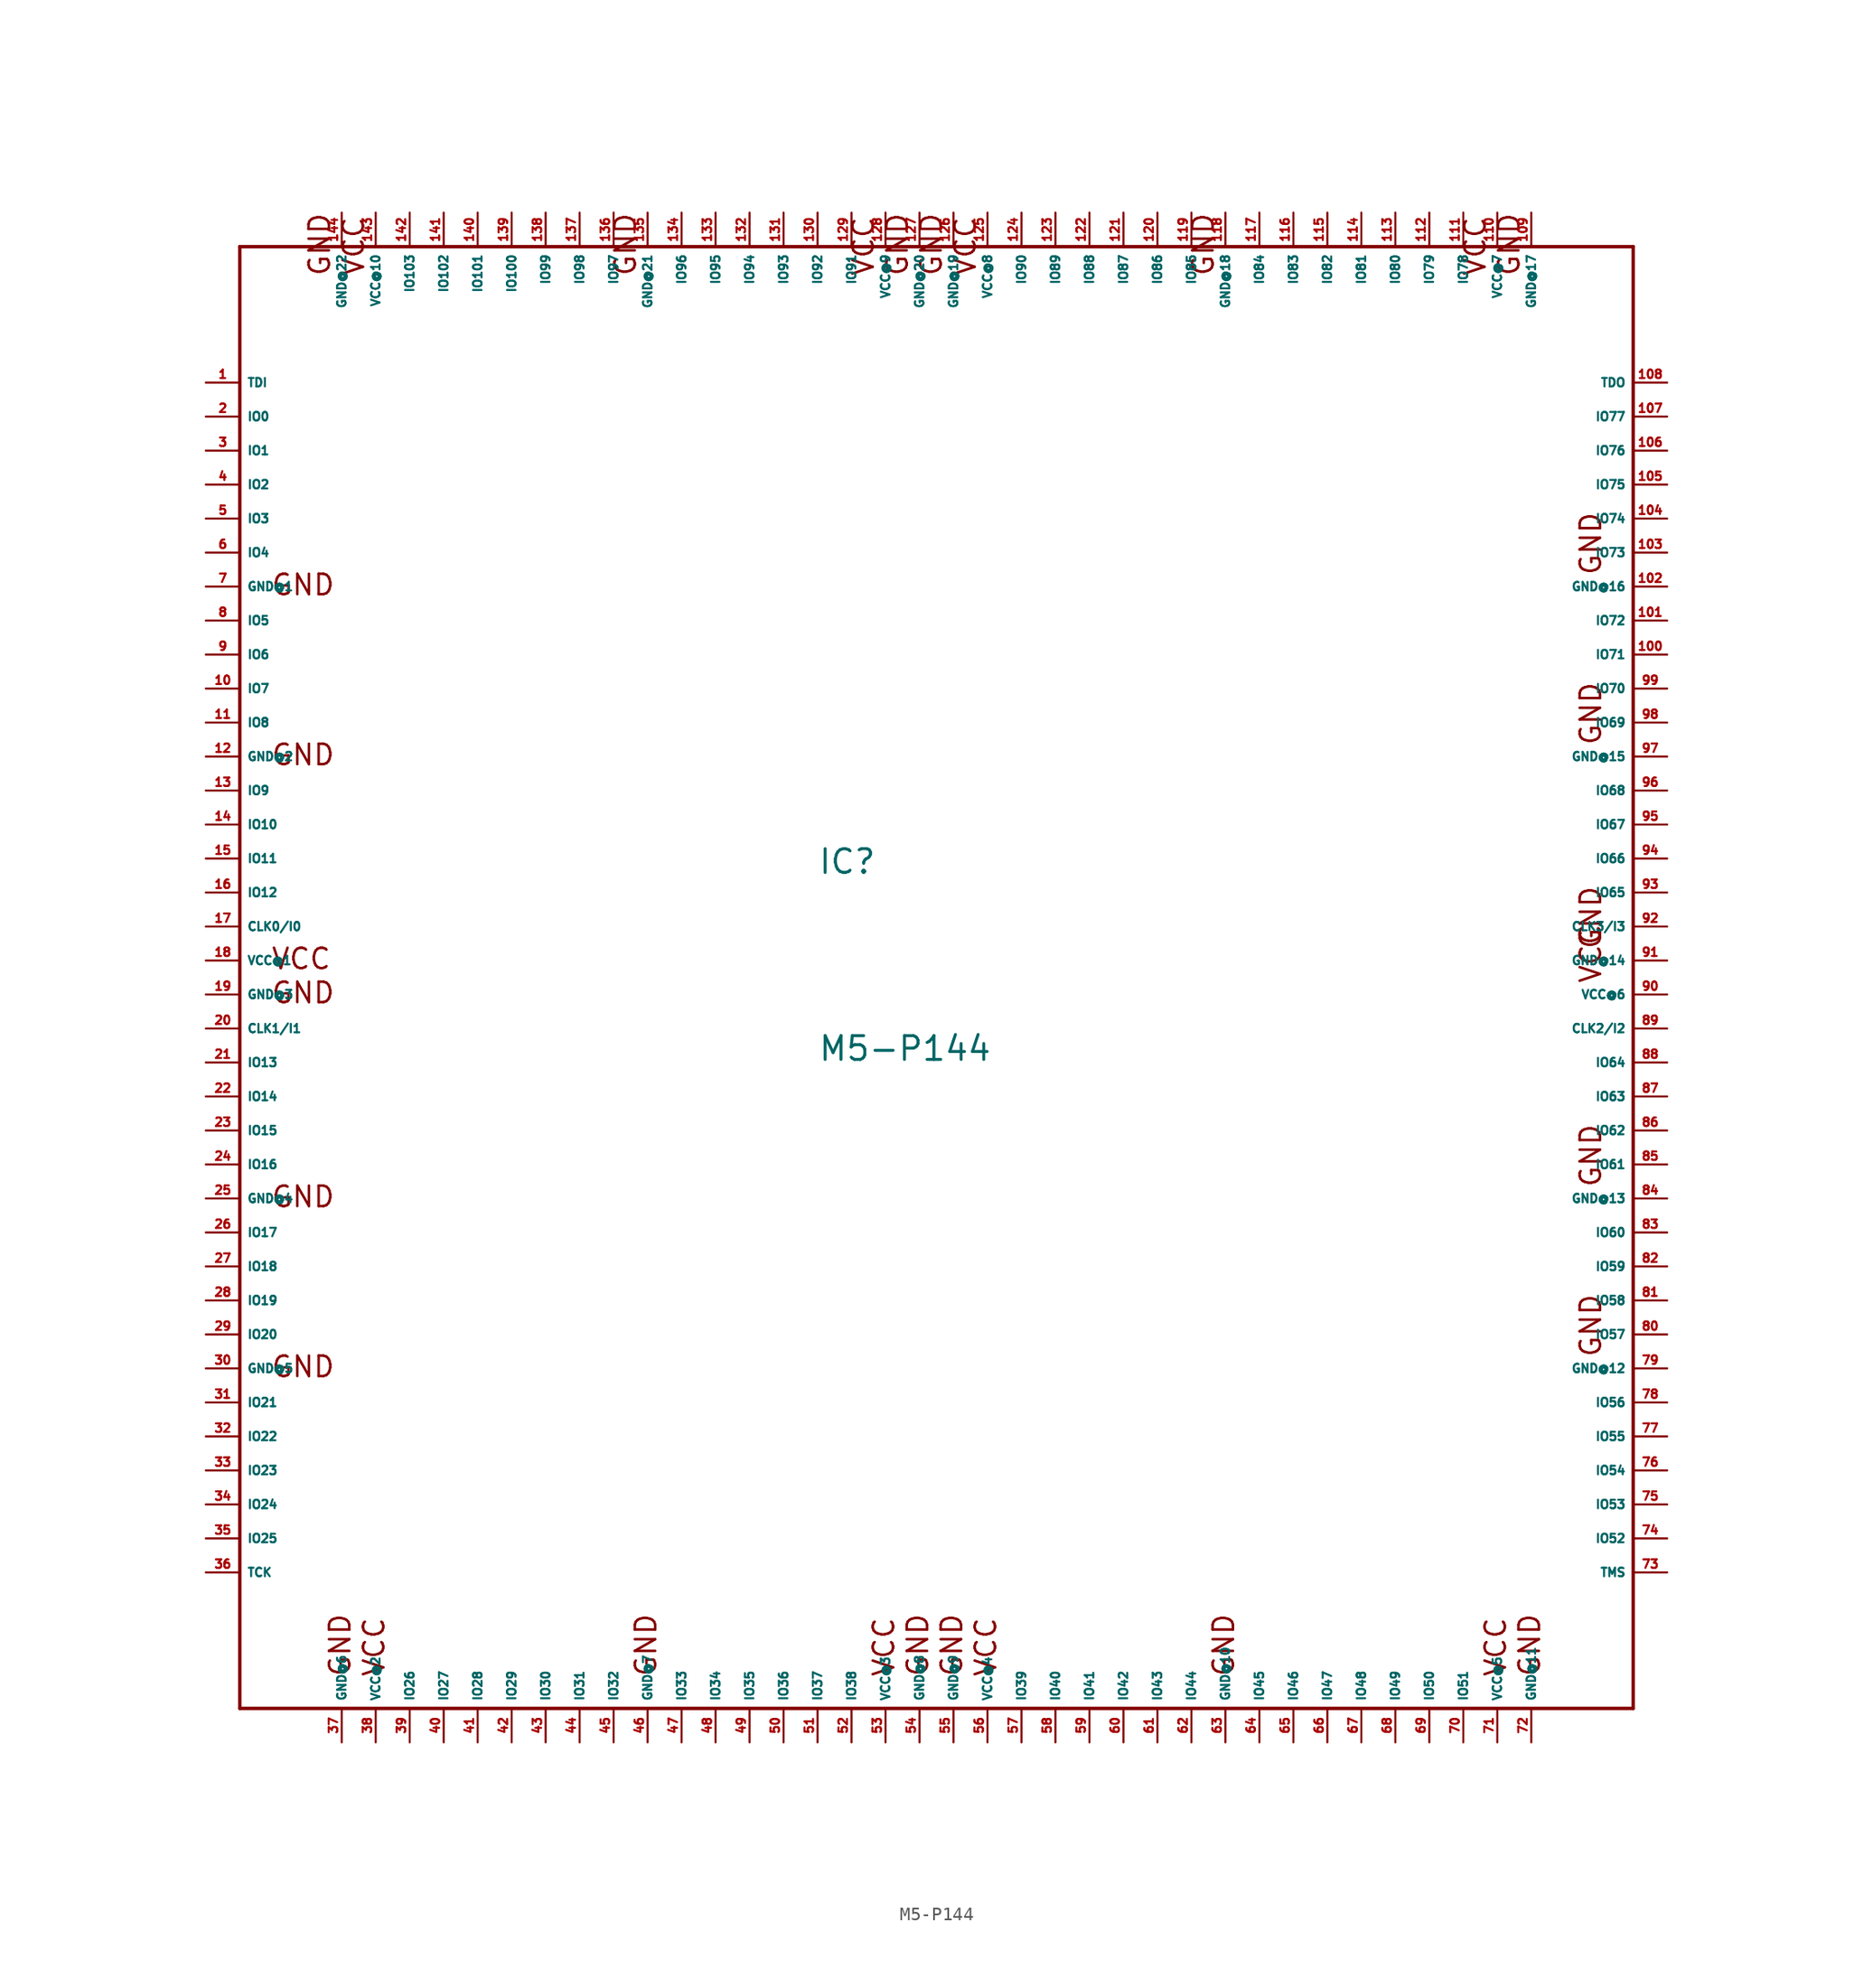
<source format=kicad_sym>
(kicad_symbol_lib
  (version 20220914)
  (generator Eagle2Kicad)
  (symbol "M5-P144"
    (property "Reference" "IC"
      (at -7.62 6.35 0)
      (effects (font (size 1.778 1.778) (thickness 0.22)) (justify left bottom)))
    (property "Value" "M5-P144"
      (at -7.62 -7.62 0)
      (effects (font (size 1.778 1.778) (thickness 0.22)) (justify left bottom)))
    (polyline
      (pts (xy -50.8 53.34) (xy -50.8 -55.88))
      (stroke (width 0.254) (type default))
      (fill (type none)))
    (polyline
      (pts (xy -50.8 -55.88) (xy 53.34 -55.88))
      (stroke (width 0.254) (type default))
      (fill (type none)))
    (polyline
      (pts (xy 53.34 -55.88) (xy 53.34 53.34))
      (stroke (width 0.254) (type default))
      (fill (type none)))
    (polyline
      (pts (xy 53.34 53.34) (xy -50.8 53.34))
      (stroke (width 0.254) (type default))
      (fill (type none)))
    (text "VCC"
      (at -48.514 -0.762 0)
      (effects (font (size 1.524 1.524) (thickness 0.19)) (justify left bottom)))
    (text "GND"
      (at -48.514 27.178 0)
      (effects (font (size 1.524 1.524) (thickness 0.19)) (justify left bottom)))
    (text "GND"
      (at -48.514 14.478 0)
      (effects (font (size 1.524 1.524) (thickness 0.19)) (justify left bottom)))
    (text "GND"
      (at -48.514 -3.302 0)
      (effects (font (size 1.524 1.524) (thickness 0.19)) (justify left bottom)))
    (text "GND"
      (at -48.514 -18.542 0)
      (effects (font (size 1.524 1.524) (thickness 0.19)) (justify left bottom)))
    (text "GND"
      (at -48.514 -31.242 0)
      (effects (font (size 1.524 1.524) (thickness 0.19)) (justify left bottom)))
    (text "GND"
      (at -42.418 -53.594 900)
      (effects (font (size 1.524 1.524) (thickness 0.19)) (justify left bottom)))
    (text "GND"
      (at -19.558 -53.594 900)
      (effects (font (size 1.524 1.524) (thickness 0.19)) (justify left bottom)))
    (text "GND"
      (at 0.762 -53.594 900)
      (effects (font (size 1.524 1.524) (thickness 0.19)) (justify left bottom)))
    (text "GND"
      (at 3.302 -53.594 900)
      (effects (font (size 1.524 1.524) (thickness 0.19)) (justify left bottom)))
    (text "GND"
      (at 23.622 -53.594 900)
      (effects (font (size 1.524 1.524) (thickness 0.19)) (justify left bottom)))
    (text "GND"
      (at 46.482 -53.594 900)
      (effects (font (size 1.524 1.524) (thickness 0.19)) (justify left bottom)))
    (text "GND"
      (at 51.054 -29.718 1800)
      (effects (font (size 1.524 1.524) (thickness 0.19)) (justify left bottom)))
    (text "GND"
      (at 51.054 -17.018 1800)
      (effects (font (size 1.524 1.524) (thickness 0.19)) (justify left bottom)))
    (text "GND"
      (at 51.054 0.762 1800)
      (effects (font (size 1.524 1.524) (thickness 0.19)) (justify left bottom)))
    (text "GND"
      (at 51.054 16.002 1800)
      (effects (font (size 1.524 1.524) (thickness 0.19)) (justify left bottom)))
    (text "GND"
      (at 51.054 28.702 1800)
      (effects (font (size 1.524 1.524) (thickness 0.19)) (justify left bottom)))
    (text "GND"
      (at 44.958 51.054 2700)
      (effects (font (size 1.524 1.524) (thickness 0.19)) (justify left bottom)))
    (text "GND"
      (at 22.098 51.054 2700)
      (effects (font (size 1.524 1.524) (thickness 0.19)) (justify left bottom)))
    (text "GND"
      (at 1.778 51.054 2700)
      (effects (font (size 1.524 1.524) (thickness 0.19)) (justify left bottom)))
    (text "GND"
      (at -0.762 51.054 2700)
      (effects (font (size 1.524 1.524) (thickness 0.19)) (justify left bottom)))
    (text "VCC"
      (at -39.878 -53.594 900)
      (effects (font (size 1.524 1.524) (thickness 0.19)) (justify left bottom)))
    (text "GND"
      (at -21.082 51.054 2700)
      (effects (font (size 1.524 1.524) (thickness 0.19)) (justify left bottom)))
    (text "VCC"
      (at -1.778 -53.594 900)
      (effects (font (size 1.524 1.524) (thickness 0.19)) (justify left bottom)))
    (text "VCC"
      (at 5.842 -53.594 900)
      (effects (font (size 1.524 1.524) (thickness 0.19)) (justify left bottom)))
    (text "VCC"
      (at 43.942 -53.594 900)
      (effects (font (size 1.524 1.524) (thickness 0.19)) (justify left bottom)))
    (text "VCC"
      (at 51.054 -1.778 1800)
      (effects (font (size 1.524 1.524) (thickness 0.19)) (justify left bottom)))
    (text "VCC"
      (at 42.418 51.054 2700)
      (effects (font (size 1.524 1.524) (thickness 0.19)) (justify left bottom)))
    (text "VCC"
      (at 4.318 51.054 2700)
      (effects (font (size 1.524 1.524) (thickness 0.19)) (justify left bottom)))
    (text "VCC"
      (at -3.302 51.054 2700)
      (effects (font (size 1.524 1.524) (thickness 0.19)) (justify left bottom)))
    (text "VCC"
      (at -41.402 51.054 2700)
      (effects (font (size 1.524 1.524) (thickness 0.19)) (justify left bottom)))
    (text "GND"
      (at -43.942 51.054 2700)
      (effects (font (size 1.524 1.524) (thickness 0.19)) (justify left bottom)))
    (pin input line
      (at -53.34 2.54 0)
      (length 2.54)
      (name "CLK0/I0" (effects (font (size 0.635 0.635) (thickness 0.08)) (justify left bottom)))
      (number "17" (effects (font (size 0.635 0.635) (thickness 0.08)) (justify left bottom))))
    (pin input line
      (at -53.34 -5.08 0)
      (length 2.54)
      (name "CLK1/I1" (effects (font (size 0.635 0.635) (thickness 0.08)) (justify left bottom)))
      (number "20" (effects (font (size 0.635 0.635) (thickness 0.08)) (justify left bottom))))
    (pin input line
      (at -53.34 43.18 0)
      (length 2.54)
      (name "TDI" (effects (font (size 0.635 0.635) (thickness 0.08)) (justify left bottom)))
      (number "1" (effects (font (size 0.635 0.635) (thickness 0.08)) (justify left bottom))))
    (pin input line
      (at -53.34 -45.72 0)
      (length 2.54)
      (name "TCK" (effects (font (size 0.635 0.635) (thickness 0.08)) (justify left bottom)))
      (number "36" (effects (font (size 0.635 0.635) (thickness 0.08)) (justify left bottom))))
    (pin input line
      (at 55.88 -45.72 180)
      (length 2.54)
      (name "TMS" (effects (font (size 0.635 0.635) (thickness 0.08)) (justify left bottom)))
      (number "73" (effects (font (size 0.635 0.635) (thickness 0.08)) (justify left bottom))))
    (pin output line
      (at 55.88 43.18 180)
      (length 2.54)
      (name "TDO" (effects (font (size 0.635 0.635) (thickness 0.08)) (justify left bottom)))
      (number "108" (effects (font (size 0.635 0.635) (thickness 0.08)) (justify left bottom))))
    (pin bidirectional line
      (at -53.34 40.64 0)
      (length 2.54)
      (name "IO0" (effects (font (size 0.635 0.635) (thickness 0.08)) (justify left bottom)))
      (number "2" (effects (font (size 0.635 0.635) (thickness 0.08)) (justify left bottom))))
    (pin bidirectional line
      (at -53.34 38.1 0)
      (length 2.54)
      (name "IO1" (effects (font (size 0.635 0.635) (thickness 0.08)) (justify left bottom)))
      (number "3" (effects (font (size 0.635 0.635) (thickness 0.08)) (justify left bottom))))
    (pin bidirectional line
      (at -53.34 35.56 0)
      (length 2.54)
      (name "IO2" (effects (font (size 0.635 0.635) (thickness 0.08)) (justify left bottom)))
      (number "4" (effects (font (size 0.635 0.635) (thickness 0.08)) (justify left bottom))))
    (pin bidirectional line
      (at -53.34 33.02 0)
      (length 2.54)
      (name "IO3" (effects (font (size 0.635 0.635) (thickness 0.08)) (justify left bottom)))
      (number "5" (effects (font (size 0.635 0.635) (thickness 0.08)) (justify left bottom))))
    (pin bidirectional line
      (at -53.34 30.48 0)
      (length 2.54)
      (name "IO4" (effects (font (size 0.635 0.635) (thickness 0.08)) (justify left bottom)))
      (number "6" (effects (font (size 0.635 0.635) (thickness 0.08)) (justify left bottom))))
    (pin bidirectional line
      (at -53.34 25.4 0)
      (length 2.54)
      (name "IO5" (effects (font (size 0.635 0.635) (thickness 0.08)) (justify left bottom)))
      (number "8" (effects (font (size 0.635 0.635) (thickness 0.08)) (justify left bottom))))
    (pin bidirectional line
      (at -53.34 22.86 0)
      (length 2.54)
      (name "IO6" (effects (font (size 0.635 0.635) (thickness 0.08)) (justify left bottom)))
      (number "9" (effects (font (size 0.635 0.635) (thickness 0.08)) (justify left bottom))))
    (pin bidirectional line
      (at -53.34 20.32 0)
      (length 2.54)
      (name "IO7" (effects (font (size 0.635 0.635) (thickness 0.08)) (justify left bottom)))
      (number "10" (effects (font (size 0.635 0.635) (thickness 0.08)) (justify left bottom))))
    (pin bidirectional line
      (at -53.34 17.78 0)
      (length 2.54)
      (name "IO8" (effects (font (size 0.635 0.635) (thickness 0.08)) (justify left bottom)))
      (number "11" (effects (font (size 0.635 0.635) (thickness 0.08)) (justify left bottom))))
    (pin bidirectional line
      (at -53.34 12.7 0)
      (length 2.54)
      (name "IO9" (effects (font (size 0.635 0.635) (thickness 0.08)) (justify left bottom)))
      (number "13" (effects (font (size 0.635 0.635) (thickness 0.08)) (justify left bottom))))
    (pin bidirectional line
      (at -53.34 10.16 0)
      (length 2.54)
      (name "IO10" (effects (font (size 0.635 0.635) (thickness 0.08)) (justify left bottom)))
      (number "14" (effects (font (size 0.635 0.635) (thickness 0.08)) (justify left bottom))))
    (pin bidirectional line
      (at -53.34 7.62 0)
      (length 2.54)
      (name "IO11" (effects (font (size 0.635 0.635) (thickness 0.08)) (justify left bottom)))
      (number "15" (effects (font (size 0.635 0.635) (thickness 0.08)) (justify left bottom))))
    (pin bidirectional line
      (at -53.34 5.08 0)
      (length 2.54)
      (name "IO12" (effects (font (size 0.635 0.635) (thickness 0.08)) (justify left bottom)))
      (number "16" (effects (font (size 0.635 0.635) (thickness 0.08)) (justify left bottom))))
    (pin bidirectional line
      (at -53.34 -7.62 0)
      (length 2.54)
      (name "IO13" (effects (font (size 0.635 0.635) (thickness 0.08)) (justify left bottom)))
      (number "21" (effects (font (size 0.635 0.635) (thickness 0.08)) (justify left bottom))))
    (pin bidirectional line
      (at -53.34 -10.16 0)
      (length 2.54)
      (name "IO14" (effects (font (size 0.635 0.635) (thickness 0.08)) (justify left bottom)))
      (number "22" (effects (font (size 0.635 0.635) (thickness 0.08)) (justify left bottom))))
    (pin bidirectional line
      (at -53.34 -12.7 0)
      (length 2.54)
      (name "IO15" (effects (font (size 0.635 0.635) (thickness 0.08)) (justify left bottom)))
      (number "23" (effects (font (size 0.635 0.635) (thickness 0.08)) (justify left bottom))))
    (pin bidirectional line
      (at -53.34 -15.24 0)
      (length 2.54)
      (name "IO16" (effects (font (size 0.635 0.635) (thickness 0.08)) (justify left bottom)))
      (number "24" (effects (font (size 0.635 0.635) (thickness 0.08)) (justify left bottom))))
    (pin bidirectional line
      (at -53.34 -20.32 0)
      (length 2.54)
      (name "IO17" (effects (font (size 0.635 0.635) (thickness 0.08)) (justify left bottom)))
      (number "26" (effects (font (size 0.635 0.635) (thickness 0.08)) (justify left bottom))))
    (pin bidirectional line
      (at -53.34 -22.86 0)
      (length 2.54)
      (name "IO18" (effects (font (size 0.635 0.635) (thickness 0.08)) (justify left bottom)))
      (number "27" (effects (font (size 0.635 0.635) (thickness 0.08)) (justify left bottom))))
    (pin bidirectional line
      (at -53.34 -25.4 0)
      (length 2.54)
      (name "IO19" (effects (font (size 0.635 0.635) (thickness 0.08)) (justify left bottom)))
      (number "28" (effects (font (size 0.635 0.635) (thickness 0.08)) (justify left bottom))))
    (pin bidirectional line
      (at -53.34 -27.94 0)
      (length 2.54)
      (name "IO20" (effects (font (size 0.635 0.635) (thickness 0.08)) (justify left bottom)))
      (number "29" (effects (font (size 0.635 0.635) (thickness 0.08)) (justify left bottom))))
    (pin bidirectional line
      (at -53.34 -33.02 0)
      (length 2.54)
      (name "IO21" (effects (font (size 0.635 0.635) (thickness 0.08)) (justify left bottom)))
      (number "31" (effects (font (size 0.635 0.635) (thickness 0.08)) (justify left bottom))))
    (pin bidirectional line
      (at -53.34 -35.56 0)
      (length 2.54)
      (name "IO22" (effects (font (size 0.635 0.635) (thickness 0.08)) (justify left bottom)))
      (number "32" (effects (font (size 0.635 0.635) (thickness 0.08)) (justify left bottom))))
    (pin bidirectional line
      (at -53.34 -38.1 0)
      (length 2.54)
      (name "IO23" (effects (font (size 0.635 0.635) (thickness 0.08)) (justify left bottom)))
      (number "33" (effects (font (size 0.635 0.635) (thickness 0.08)) (justify left bottom))))
    (pin bidirectional line
      (at -53.34 -40.64 0)
      (length 2.54)
      (name "IO24" (effects (font (size 0.635 0.635) (thickness 0.08)) (justify left bottom)))
      (number "34" (effects (font (size 0.635 0.635) (thickness 0.08)) (justify left bottom))))
    (pin bidirectional line
      (at -53.34 -43.18 0)
      (length 2.54)
      (name "IO25" (effects (font (size 0.635 0.635) (thickness 0.08)) (justify left bottom)))
      (number "35" (effects (font (size 0.635 0.635) (thickness 0.08)) (justify left bottom))))
    (pin bidirectional line
      (at -38.1 -58.42 90)
      (length 2.54)
      (name "IO26" (effects (font (size 0.635 0.635) (thickness 0.08)) (justify left bottom)))
      (number "39" (effects (font (size 0.635 0.635) (thickness 0.08)) (justify left bottom))))
    (pin bidirectional line
      (at -35.56 -58.42 90)
      (length 2.54)
      (name "IO27" (effects (font (size 0.635 0.635) (thickness 0.08)) (justify left bottom)))
      (number "40" (effects (font (size 0.635 0.635) (thickness 0.08)) (justify left bottom))))
    (pin bidirectional line
      (at -33.02 -58.42 90)
      (length 2.54)
      (name "IO28" (effects (font (size 0.635 0.635) (thickness 0.08)) (justify left bottom)))
      (number "41" (effects (font (size 0.635 0.635) (thickness 0.08)) (justify left bottom))))
    (pin bidirectional line
      (at -30.48 -58.42 90)
      (length 2.54)
      (name "IO29" (effects (font (size 0.635 0.635) (thickness 0.08)) (justify left bottom)))
      (number "42" (effects (font (size 0.635 0.635) (thickness 0.08)) (justify left bottom))))
    (pin bidirectional line
      (at -27.94 -58.42 90)
      (length 2.54)
      (name "IO30" (effects (font (size 0.635 0.635) (thickness 0.08)) (justify left bottom)))
      (number "43" (effects (font (size 0.635 0.635) (thickness 0.08)) (justify left bottom))))
    (pin bidirectional line
      (at -25.4 -58.42 90)
      (length 2.54)
      (name "IO31" (effects (font (size 0.635 0.635) (thickness 0.08)) (justify left bottom)))
      (number "44" (effects (font (size 0.635 0.635) (thickness 0.08)) (justify left bottom))))
    (pin bidirectional line
      (at -22.86 -58.42 90)
      (length 2.54)
      (name "IO32" (effects (font (size 0.635 0.635) (thickness 0.08)) (justify left bottom)))
      (number "45" (effects (font (size 0.635 0.635) (thickness 0.08)) (justify left bottom))))
    (pin bidirectional line
      (at -17.78 -58.42 90)
      (length 2.54)
      (name "IO33" (effects (font (size 0.635 0.635) (thickness 0.08)) (justify left bottom)))
      (number "47" (effects (font (size 0.635 0.635) (thickness 0.08)) (justify left bottom))))
    (pin bidirectional line
      (at -15.24 -58.42 90)
      (length 2.54)
      (name "IO34" (effects (font (size 0.635 0.635) (thickness 0.08)) (justify left bottom)))
      (number "48" (effects (font (size 0.635 0.635) (thickness 0.08)) (justify left bottom))))
    (pin bidirectional line
      (at -12.7 -58.42 90)
      (length 2.54)
      (name "IO35" (effects (font (size 0.635 0.635) (thickness 0.08)) (justify left bottom)))
      (number "49" (effects (font (size 0.635 0.635) (thickness 0.08)) (justify left bottom))))
    (pin input line
      (at 55.88 2.54 180)
      (length 2.54)
      (name "CLK3/I3" (effects (font (size 0.635 0.635) (thickness 0.08)) (justify left bottom)))
      (number "92" (effects (font (size 0.635 0.635) (thickness 0.08)) (justify left bottom))))
    (pin input line
      (at 55.88 -5.08 180)
      (length 2.54)
      (name "CLK2/I2" (effects (font (size 0.635 0.635) (thickness 0.08)) (justify left bottom)))
      (number "89" (effects (font (size 0.635 0.635) (thickness 0.08)) (justify left bottom))))
    (pin bidirectional line
      (at -10.16 -58.42 90)
      (length 2.54)
      (name "IO36" (effects (font (size 0.635 0.635) (thickness 0.08)) (justify left bottom)))
      (number "50" (effects (font (size 0.635 0.635) (thickness 0.08)) (justify left bottom))))
    (pin bidirectional line
      (at -7.62 -58.42 90)
      (length 2.54)
      (name "IO37" (effects (font (size 0.635 0.635) (thickness 0.08)) (justify left bottom)))
      (number "51" (effects (font (size 0.635 0.635) (thickness 0.08)) (justify left bottom))))
    (pin bidirectional line
      (at -5.08 -58.42 90)
      (length 2.54)
      (name "IO38" (effects (font (size 0.635 0.635) (thickness 0.08)) (justify left bottom)))
      (number "52" (effects (font (size 0.635 0.635) (thickness 0.08)) (justify left bottom))))
    (pin bidirectional line
      (at 7.62 -58.42 90)
      (length 2.54)
      (name "IO39" (effects (font (size 0.635 0.635) (thickness 0.08)) (justify left bottom)))
      (number "57" (effects (font (size 0.635 0.635) (thickness 0.08)) (justify left bottom))))
    (pin bidirectional line
      (at 10.16 -58.42 90)
      (length 2.54)
      (name "IO40" (effects (font (size 0.635 0.635) (thickness 0.08)) (justify left bottom)))
      (number "58" (effects (font (size 0.635 0.635) (thickness 0.08)) (justify left bottom))))
    (pin bidirectional line
      (at 12.7 -58.42 90)
      (length 2.54)
      (name "IO41" (effects (font (size 0.635 0.635) (thickness 0.08)) (justify left bottom)))
      (number "59" (effects (font (size 0.635 0.635) (thickness 0.08)) (justify left bottom))))
    (pin bidirectional line
      (at 15.24 -58.42 90)
      (length 2.54)
      (name "IO42" (effects (font (size 0.635 0.635) (thickness 0.08)) (justify left bottom)))
      (number "60" (effects (font (size 0.635 0.635) (thickness 0.08)) (justify left bottom))))
    (pin bidirectional line
      (at 17.78 -58.42 90)
      (length 2.54)
      (name "IO43" (effects (font (size 0.635 0.635) (thickness 0.08)) (justify left bottom)))
      (number "61" (effects (font (size 0.635 0.635) (thickness 0.08)) (justify left bottom))))
    (pin bidirectional line
      (at 20.32 -58.42 90)
      (length 2.54)
      (name "IO44" (effects (font (size 0.635 0.635) (thickness 0.08)) (justify left bottom)))
      (number "62" (effects (font (size 0.635 0.635) (thickness 0.08)) (justify left bottom))))
    (pin bidirectional line
      (at 25.4 -58.42 90)
      (length 2.54)
      (name "IO45" (effects (font (size 0.635 0.635) (thickness 0.08)) (justify left bottom)))
      (number "64" (effects (font (size 0.635 0.635) (thickness 0.08)) (justify left bottom))))
    (pin bidirectional line
      (at 27.94 -58.42 90)
      (length 2.54)
      (name "IO46" (effects (font (size 0.635 0.635) (thickness 0.08)) (justify left bottom)))
      (number "65" (effects (font (size 0.635 0.635) (thickness 0.08)) (justify left bottom))))
    (pin bidirectional line
      (at 30.48 -58.42 90)
      (length 2.54)
      (name "IO47" (effects (font (size 0.635 0.635) (thickness 0.08)) (justify left bottom)))
      (number "66" (effects (font (size 0.635 0.635) (thickness 0.08)) (justify left bottom))))
    (pin bidirectional line
      (at 33.02 -58.42 90)
      (length 2.54)
      (name "IO48" (effects (font (size 0.635 0.635) (thickness 0.08)) (justify left bottom)))
      (number "67" (effects (font (size 0.635 0.635) (thickness 0.08)) (justify left bottom))))
    (pin bidirectional line
      (at 35.56 -58.42 90)
      (length 2.54)
      (name "IO49" (effects (font (size 0.635 0.635) (thickness 0.08)) (justify left bottom)))
      (number "68" (effects (font (size 0.635 0.635) (thickness 0.08)) (justify left bottom))))
    (pin bidirectional line
      (at 38.1 -58.42 90)
      (length 2.54)
      (name "IO50" (effects (font (size 0.635 0.635) (thickness 0.08)) (justify left bottom)))
      (number "69" (effects (font (size 0.635 0.635) (thickness 0.08)) (justify left bottom))))
    (pin bidirectional line
      (at 40.64 -58.42 90)
      (length 2.54)
      (name "IO51" (effects (font (size 0.635 0.635) (thickness 0.08)) (justify left bottom)))
      (number "70" (effects (font (size 0.635 0.635) (thickness 0.08)) (justify left bottom))))
    (pin bidirectional line
      (at 55.88 -43.18 180)
      (length 2.54)
      (name "IO52" (effects (font (size 0.635 0.635) (thickness 0.08)) (justify left bottom)))
      (number "74" (effects (font (size 0.635 0.635) (thickness 0.08)) (justify left bottom))))
    (pin bidirectional line
      (at 55.88 -40.64 180)
      (length 2.54)
      (name "IO53" (effects (font (size 0.635 0.635) (thickness 0.08)) (justify left bottom)))
      (number "75" (effects (font (size 0.635 0.635) (thickness 0.08)) (justify left bottom))))
    (pin bidirectional line
      (at 55.88 -38.1 180)
      (length 2.54)
      (name "IO54" (effects (font (size 0.635 0.635) (thickness 0.08)) (justify left bottom)))
      (number "76" (effects (font (size 0.635 0.635) (thickness 0.08)) (justify left bottom))))
    (pin bidirectional line
      (at 55.88 -35.56 180)
      (length 2.54)
      (name "IO55" (effects (font (size 0.635 0.635) (thickness 0.08)) (justify left bottom)))
      (number "77" (effects (font (size 0.635 0.635) (thickness 0.08)) (justify left bottom))))
    (pin bidirectional line
      (at 55.88 -33.02 180)
      (length 2.54)
      (name "IO56" (effects (font (size 0.635 0.635) (thickness 0.08)) (justify left bottom)))
      (number "78" (effects (font (size 0.635 0.635) (thickness 0.08)) (justify left bottom))))
    (pin bidirectional line
      (at 55.88 -27.94 180)
      (length 2.54)
      (name "IO57" (effects (font (size 0.635 0.635) (thickness 0.08)) (justify left bottom)))
      (number "80" (effects (font (size 0.635 0.635) (thickness 0.08)) (justify left bottom))))
    (pin bidirectional line
      (at 55.88 -25.4 180)
      (length 2.54)
      (name "IO58" (effects (font (size 0.635 0.635) (thickness 0.08)) (justify left bottom)))
      (number "81" (effects (font (size 0.635 0.635) (thickness 0.08)) (justify left bottom))))
    (pin bidirectional line
      (at 55.88 -22.86 180)
      (length 2.54)
      (name "IO59" (effects (font (size 0.635 0.635) (thickness 0.08)) (justify left bottom)))
      (number "82" (effects (font (size 0.635 0.635) (thickness 0.08)) (justify left bottom))))
    (pin bidirectional line
      (at 55.88 -20.32 180)
      (length 2.54)
      (name "IO60" (effects (font (size 0.635 0.635) (thickness 0.08)) (justify left bottom)))
      (number "83" (effects (font (size 0.635 0.635) (thickness 0.08)) (justify left bottom))))
    (pin bidirectional line
      (at 55.88 -15.24 180)
      (length 2.54)
      (name "IO61" (effects (font (size 0.635 0.635) (thickness 0.08)) (justify left bottom)))
      (number "85" (effects (font (size 0.635 0.635) (thickness 0.08)) (justify left bottom))))
    (pin bidirectional line
      (at 55.88 -12.7 180)
      (length 2.54)
      (name "IO62" (effects (font (size 0.635 0.635) (thickness 0.08)) (justify left bottom)))
      (number "86" (effects (font (size 0.635 0.635) (thickness 0.08)) (justify left bottom))))
    (pin bidirectional line
      (at 55.88 -10.16 180)
      (length 2.54)
      (name "IO63" (effects (font (size 0.635 0.635) (thickness 0.08)) (justify left bottom)))
      (number "87" (effects (font (size 0.635 0.635) (thickness 0.08)) (justify left bottom))))
    (pin bidirectional line
      (at 55.88 -7.62 180)
      (length 2.54)
      (name "IO64" (effects (font (size 0.635 0.635) (thickness 0.08)) (justify left bottom)))
      (number "88" (effects (font (size 0.635 0.635) (thickness 0.08)) (justify left bottom))))
    (pin bidirectional line
      (at 55.88 5.08 180)
      (length 2.54)
      (name "IO65" (effects (font (size 0.635 0.635) (thickness 0.08)) (justify left bottom)))
      (number "93" (effects (font (size 0.635 0.635) (thickness 0.08)) (justify left bottom))))
    (pin bidirectional line
      (at 55.88 7.62 180)
      (length 2.54)
      (name "IO66" (effects (font (size 0.635 0.635) (thickness 0.08)) (justify left bottom)))
      (number "94" (effects (font (size 0.635 0.635) (thickness 0.08)) (justify left bottom))))
    (pin bidirectional line
      (at 55.88 10.16 180)
      (length 2.54)
      (name "IO67" (effects (font (size 0.635 0.635) (thickness 0.08)) (justify left bottom)))
      (number "95" (effects (font (size 0.635 0.635) (thickness 0.08)) (justify left bottom))))
    (pin bidirectional line
      (at 55.88 12.7 180)
      (length 2.54)
      (name "IO68" (effects (font (size 0.635 0.635) (thickness 0.08)) (justify left bottom)))
      (number "96" (effects (font (size 0.635 0.635) (thickness 0.08)) (justify left bottom))))
    (pin bidirectional line
      (at 55.88 17.78 180)
      (length 2.54)
      (name "IO69" (effects (font (size 0.635 0.635) (thickness 0.08)) (justify left bottom)))
      (number "98" (effects (font (size 0.635 0.635) (thickness 0.08)) (justify left bottom))))
    (pin bidirectional line
      (at 55.88 20.32 180)
      (length 2.54)
      (name "IO70" (effects (font (size 0.635 0.635) (thickness 0.08)) (justify left bottom)))
      (number "99" (effects (font (size 0.635 0.635) (thickness 0.08)) (justify left bottom))))
    (pin bidirectional line
      (at 55.88 22.86 180)
      (length 2.54)
      (name "IO71" (effects (font (size 0.635 0.635) (thickness 0.08)) (justify left bottom)))
      (number "100" (effects (font (size 0.635 0.635) (thickness 0.08)) (justify left bottom))))
    (pin bidirectional line
      (at 55.88 25.4 180)
      (length 2.54)
      (name "IO72" (effects (font (size 0.635 0.635) (thickness 0.08)) (justify left bottom)))
      (number "101" (effects (font (size 0.635 0.635) (thickness 0.08)) (justify left bottom))))
    (pin bidirectional line
      (at 55.88 30.48 180)
      (length 2.54)
      (name "IO73" (effects (font (size 0.635 0.635) (thickness 0.08)) (justify left bottom)))
      (number "103" (effects (font (size 0.635 0.635) (thickness 0.08)) (justify left bottom))))
    (pin unspecified line
      (at -53.34 0 0)
      (length 2.54)
      (name "VCC@1" (effects (font (size 0.635 0.635) (thickness 0.08)) (justify left bottom)))
      (number "18" (effects (font (size 0.635 0.635) (thickness 0.08)) (justify left bottom))))
    (pin unspecified line
      (at -53.34 27.94 0)
      (length 2.54)
      (name "GND@1" (effects (font (size 0.635 0.635) (thickness 0.08)) (justify left bottom)))
      (number "7" (effects (font (size 0.635 0.635) (thickness 0.08)) (justify left bottom))))
    (pin bidirectional line
      (at 55.88 33.02 180)
      (length 2.54)
      (name "IO74" (effects (font (size 0.635 0.635) (thickness 0.08)) (justify left bottom)))
      (number "104" (effects (font (size 0.635 0.635) (thickness 0.08)) (justify left bottom))))
    (pin bidirectional line
      (at 55.88 35.56 180)
      (length 2.54)
      (name "IO75" (effects (font (size 0.635 0.635) (thickness 0.08)) (justify left bottom)))
      (number "105" (effects (font (size 0.635 0.635) (thickness 0.08)) (justify left bottom))))
    (pin bidirectional line
      (at 55.88 38.1 180)
      (length 2.54)
      (name "IO76" (effects (font (size 0.635 0.635) (thickness 0.08)) (justify left bottom)))
      (number "106" (effects (font (size 0.635 0.635) (thickness 0.08)) (justify left bottom))))
    (pin bidirectional line
      (at 55.88 40.64 180)
      (length 2.54)
      (name "IO77" (effects (font (size 0.635 0.635) (thickness 0.08)) (justify left bottom)))
      (number "107" (effects (font (size 0.635 0.635) (thickness 0.08)) (justify left bottom))))
    (pin bidirectional line
      (at 40.64 55.88 270)
      (length 2.54)
      (name "IO78" (effects (font (size 0.635 0.635) (thickness 0.08)) (justify left bottom)))
      (number "111" (effects (font (size 0.635 0.635) (thickness 0.08)) (justify left bottom))))
    (pin bidirectional line
      (at 38.1 55.88 270)
      (length 2.54)
      (name "IO79" (effects (font (size 0.635 0.635) (thickness 0.08)) (justify left bottom)))
      (number "112" (effects (font (size 0.635 0.635) (thickness 0.08)) (justify left bottom))))
    (pin bidirectional line
      (at 35.56 55.88 270)
      (length 2.54)
      (name "IO80" (effects (font (size 0.635 0.635) (thickness 0.08)) (justify left bottom)))
      (number "113" (effects (font (size 0.635 0.635) (thickness 0.08)) (justify left bottom))))
    (pin bidirectional line
      (at 33.02 55.88 270)
      (length 2.54)
      (name "IO81" (effects (font (size 0.635 0.635) (thickness 0.08)) (justify left bottom)))
      (number "114" (effects (font (size 0.635 0.635) (thickness 0.08)) (justify left bottom))))
    (pin bidirectional line
      (at 30.48 55.88 270)
      (length 2.54)
      (name "IO82" (effects (font (size 0.635 0.635) (thickness 0.08)) (justify left bottom)))
      (number "115" (effects (font (size 0.635 0.635) (thickness 0.08)) (justify left bottom))))
    (pin bidirectional line
      (at 27.94 55.88 270)
      (length 2.54)
      (name "IO83" (effects (font (size 0.635 0.635) (thickness 0.08)) (justify left bottom)))
      (number "116" (effects (font (size 0.635 0.635) (thickness 0.08)) (justify left bottom))))
    (pin bidirectional line
      (at 25.4 55.88 270)
      (length 2.54)
      (name "IO84" (effects (font (size 0.635 0.635) (thickness 0.08)) (justify left bottom)))
      (number "117" (effects (font (size 0.635 0.635) (thickness 0.08)) (justify left bottom))))
    (pin bidirectional line
      (at 20.32 55.88 270)
      (length 2.54)
      (name "IO85" (effects (font (size 0.635 0.635) (thickness 0.08)) (justify left bottom)))
      (number "119" (effects (font (size 0.635 0.635) (thickness 0.08)) (justify left bottom))))
    (pin bidirectional line
      (at 17.78 55.88 270)
      (length 2.54)
      (name "IO86" (effects (font (size 0.635 0.635) (thickness 0.08)) (justify left bottom)))
      (number "120" (effects (font (size 0.635 0.635) (thickness 0.08)) (justify left bottom))))
    (pin bidirectional line
      (at 15.24 55.88 270)
      (length 2.54)
      (name "IO87" (effects (font (size 0.635 0.635) (thickness 0.08)) (justify left bottom)))
      (number "121" (effects (font (size 0.635 0.635) (thickness 0.08)) (justify left bottom))))
    (pin bidirectional line
      (at 12.7 55.88 270)
      (length 2.54)
      (name "IO88" (effects (font (size 0.635 0.635) (thickness 0.08)) (justify left bottom)))
      (number "122" (effects (font (size 0.635 0.635) (thickness 0.08)) (justify left bottom))))
    (pin bidirectional line
      (at 10.16 55.88 270)
      (length 2.54)
      (name "IO89" (effects (font (size 0.635 0.635) (thickness 0.08)) (justify left bottom)))
      (number "123" (effects (font (size 0.635 0.635) (thickness 0.08)) (justify left bottom))))
    (pin bidirectional line
      (at 7.62 55.88 270)
      (length 2.54)
      (name "IO90" (effects (font (size 0.635 0.635) (thickness 0.08)) (justify left bottom)))
      (number "124" (effects (font (size 0.635 0.635) (thickness 0.08)) (justify left bottom))))
    (pin bidirectional line
      (at -5.08 55.88 270)
      (length 2.54)
      (name "IO91" (effects (font (size 0.635 0.635) (thickness 0.08)) (justify left bottom)))
      (number "129" (effects (font (size 0.635 0.635) (thickness 0.08)) (justify left bottom))))
    (pin bidirectional line
      (at -7.62 55.88 270)
      (length 2.54)
      (name "IO92" (effects (font (size 0.635 0.635) (thickness 0.08)) (justify left bottom)))
      (number "130" (effects (font (size 0.635 0.635) (thickness 0.08)) (justify left bottom))))
    (pin bidirectional line
      (at -10.16 55.88 270)
      (length 2.54)
      (name "IO93" (effects (font (size 0.635 0.635) (thickness 0.08)) (justify left bottom)))
      (number "131" (effects (font (size 0.635 0.635) (thickness 0.08)) (justify left bottom))))
    (pin bidirectional line
      (at -12.7 55.88 270)
      (length 2.54)
      (name "IO94" (effects (font (size 0.635 0.635) (thickness 0.08)) (justify left bottom)))
      (number "132" (effects (font (size 0.635 0.635) (thickness 0.08)) (justify left bottom))))
    (pin bidirectional line
      (at -15.24 55.88 270)
      (length 2.54)
      (name "IO95" (effects (font (size 0.635 0.635) (thickness 0.08)) (justify left bottom)))
      (number "133" (effects (font (size 0.635 0.635) (thickness 0.08)) (justify left bottom))))
    (pin bidirectional line
      (at -17.78 55.88 270)
      (length 2.54)
      (name "IO96" (effects (font (size 0.635 0.635) (thickness 0.08)) (justify left bottom)))
      (number "134" (effects (font (size 0.635 0.635) (thickness 0.08)) (justify left bottom))))
    (pin bidirectional line
      (at -22.86 55.88 270)
      (length 2.54)
      (name "IO97" (effects (font (size 0.635 0.635) (thickness 0.08)) (justify left bottom)))
      (number "136" (effects (font (size 0.635 0.635) (thickness 0.08)) (justify left bottom))))
    (pin bidirectional line
      (at -25.4 55.88 270)
      (length 2.54)
      (name "IO98" (effects (font (size 0.635 0.635) (thickness 0.08)) (justify left bottom)))
      (number "137" (effects (font (size 0.635 0.635) (thickness 0.08)) (justify left bottom))))
    (pin bidirectional line
      (at -27.94 55.88 270)
      (length 2.54)
      (name "IO99" (effects (font (size 0.635 0.635) (thickness 0.08)) (justify left bottom)))
      (number "138" (effects (font (size 0.635 0.635) (thickness 0.08)) (justify left bottom))))
    (pin bidirectional line
      (at -30.48 55.88 270)
      (length 2.54)
      (name "IO100" (effects (font (size 0.635 0.635) (thickness 0.08)) (justify left bottom)))
      (number "139" (effects (font (size 0.635 0.635) (thickness 0.08)) (justify left bottom))))
    (pin bidirectional line
      (at -33.02 55.88 270)
      (length 2.54)
      (name "IO101" (effects (font (size 0.635 0.635) (thickness 0.08)) (justify left bottom)))
      (number "140" (effects (font (size 0.635 0.635) (thickness 0.08)) (justify left bottom))))
    (pin bidirectional line
      (at -35.56 55.88 270)
      (length 2.54)
      (name "IO102" (effects (font (size 0.635 0.635) (thickness 0.08)) (justify left bottom)))
      (number "141" (effects (font (size 0.635 0.635) (thickness 0.08)) (justify left bottom))))
    (pin bidirectional line
      (at -38.1 55.88 270)
      (length 2.54)
      (name "IO103" (effects (font (size 0.635 0.635) (thickness 0.08)) (justify left bottom)))
      (number "142" (effects (font (size 0.635 0.635) (thickness 0.08)) (justify left bottom))))
    (pin unspecified line
      (at -53.34 15.24 0)
      (length 2.54)
      (name "GND@2" (effects (font (size 0.635 0.635) (thickness 0.08)) (justify left bottom)))
      (number "12" (effects (font (size 0.635 0.635) (thickness 0.08)) (justify left bottom))))
    (pin unspecified line
      (at -53.34 -2.54 0)
      (length 2.54)
      (name "GND@3" (effects (font (size 0.635 0.635) (thickness 0.08)) (justify left bottom)))
      (number "19" (effects (font (size 0.635 0.635) (thickness 0.08)) (justify left bottom))))
    (pin unspecified line
      (at -53.34 -17.78 0)
      (length 2.54)
      (name "GND@4" (effects (font (size 0.635 0.635) (thickness 0.08)) (justify left bottom)))
      (number "25" (effects (font (size 0.635 0.635) (thickness 0.08)) (justify left bottom))))
    (pin unspecified line
      (at -53.34 -30.48 0)
      (length 2.54)
      (name "GND@5" (effects (font (size 0.635 0.635) (thickness 0.08)) (justify left bottom)))
      (number "30" (effects (font (size 0.635 0.635) (thickness 0.08)) (justify left bottom))))
    (pin unspecified line
      (at -43.18 -58.42 90)
      (length 2.54)
      (name "GND@6" (effects (font (size 0.635 0.635) (thickness 0.08)) (justify left bottom)))
      (number "37" (effects (font (size 0.635 0.635) (thickness 0.08)) (justify left bottom))))
    (pin unspecified line
      (at -20.32 -58.42 90)
      (length 2.54)
      (name "GND@7" (effects (font (size 0.635 0.635) (thickness 0.08)) (justify left bottom)))
      (number "46" (effects (font (size 0.635 0.635) (thickness 0.08)) (justify left bottom))))
    (pin unspecified line
      (at 0 -58.42 90)
      (length 2.54)
      (name "GND@8" (effects (font (size 0.635 0.635) (thickness 0.08)) (justify left bottom)))
      (number "54" (effects (font (size 0.635 0.635) (thickness 0.08)) (justify left bottom))))
    (pin unspecified line
      (at 2.54 -58.42 90)
      (length 2.54)
      (name "GND@9" (effects (font (size 0.635 0.635) (thickness 0.08)) (justify left bottom)))
      (number "55" (effects (font (size 0.635 0.635) (thickness 0.08)) (justify left bottom))))
    (pin unspecified line
      (at 22.86 -58.42 90)
      (length 2.54)
      (name "GND@10" (effects (font (size 0.635 0.635) (thickness 0.08)) (justify left bottom)))
      (number "63" (effects (font (size 0.635 0.635) (thickness 0.08)) (justify left bottom))))
    (pin unspecified line
      (at 45.72 -58.42 90)
      (length 2.54)
      (name "GND@11" (effects (font (size 0.635 0.635) (thickness 0.08)) (justify left bottom)))
      (number "72" (effects (font (size 0.635 0.635) (thickness 0.08)) (justify left bottom))))
    (pin unspecified line
      (at 55.88 -30.48 180)
      (length 2.54)
      (name "GND@12" (effects (font (size 0.635 0.635) (thickness 0.08)) (justify left bottom)))
      (number "79" (effects (font (size 0.635 0.635) (thickness 0.08)) (justify left bottom))))
    (pin unspecified line
      (at 55.88 -17.78 180)
      (length 2.54)
      (name "GND@13" (effects (font (size 0.635 0.635) (thickness 0.08)) (justify left bottom)))
      (number "84" (effects (font (size 0.635 0.635) (thickness 0.08)) (justify left bottom))))
    (pin unspecified line
      (at 55.88 0 180)
      (length 2.54)
      (name "GND@14" (effects (font (size 0.635 0.635) (thickness 0.08)) (justify left bottom)))
      (number "91" (effects (font (size 0.635 0.635) (thickness 0.08)) (justify left bottom))))
    (pin unspecified line
      (at 55.88 15.24 180)
      (length 2.54)
      (name "GND@15" (effects (font (size 0.635 0.635) (thickness 0.08)) (justify left bottom)))
      (number "97" (effects (font (size 0.635 0.635) (thickness 0.08)) (justify left bottom))))
    (pin unspecified line
      (at 55.88 27.94 180)
      (length 2.54)
      (name "GND@16" (effects (font (size 0.635 0.635) (thickness 0.08)) (justify left bottom)))
      (number "102" (effects (font (size 0.635 0.635) (thickness 0.08)) (justify left bottom))))
    (pin unspecified line
      (at 45.72 55.88 270)
      (length 2.54)
      (name "GND@17" (effects (font (size 0.635 0.635) (thickness 0.08)) (justify left bottom)))
      (number "109" (effects (font (size 0.635 0.635) (thickness 0.08)) (justify left bottom))))
    (pin unspecified line
      (at 22.86 55.88 270)
      (length 2.54)
      (name "GND@18" (effects (font (size 0.635 0.635) (thickness 0.08)) (justify left bottom)))
      (number "118" (effects (font (size 0.635 0.635) (thickness 0.08)) (justify left bottom))))
    (pin unspecified line
      (at 2.54 55.88 270)
      (length 2.54)
      (name "GND@19" (effects (font (size 0.635 0.635) (thickness 0.08)) (justify left bottom)))
      (number "126" (effects (font (size 0.635 0.635) (thickness 0.08)) (justify left bottom))))
    (pin unspecified line
      (at 0 55.88 270)
      (length 2.54)
      (name "GND@20" (effects (font (size 0.635 0.635) (thickness 0.08)) (justify left bottom)))
      (number "127" (effects (font (size 0.635 0.635) (thickness 0.08)) (justify left bottom))))
    (pin unspecified line
      (at -40.64 -58.42 90)
      (length 2.54)
      (name "VCC@2" (effects (font (size 0.635 0.635) (thickness 0.08)) (justify left bottom)))
      (number "38" (effects (font (size 0.635 0.635) (thickness 0.08)) (justify left bottom))))
    (pin unspecified line
      (at -20.32 55.88 270)
      (length 2.54)
      (name "GND@21" (effects (font (size 0.635 0.635) (thickness 0.08)) (justify left bottom)))
      (number "135" (effects (font (size 0.635 0.635) (thickness 0.08)) (justify left bottom))))
    (pin unspecified line
      (at -2.54 -58.42 90)
      (length 2.54)
      (name "VCC@3" (effects (font (size 0.635 0.635) (thickness 0.08)) (justify left bottom)))
      (number "53" (effects (font (size 0.635 0.635) (thickness 0.08)) (justify left bottom))))
    (pin unspecified line
      (at 5.08 -58.42 90)
      (length 2.54)
      (name "VCC@4" (effects (font (size 0.635 0.635) (thickness 0.08)) (justify left bottom)))
      (number "56" (effects (font (size 0.635 0.635) (thickness 0.08)) (justify left bottom))))
    (pin unspecified line
      (at 43.18 -58.42 90)
      (length 2.54)
      (name "VCC@5" (effects (font (size 0.635 0.635) (thickness 0.08)) (justify left bottom)))
      (number "71" (effects (font (size 0.635 0.635) (thickness 0.08)) (justify left bottom))))
    (pin unspecified line
      (at 55.88 -2.54 180)
      (length 2.54)
      (name "VCC@6" (effects (font (size 0.635 0.635) (thickness 0.08)) (justify left bottom)))
      (number "90" (effects (font (size 0.635 0.635) (thickness 0.08)) (justify left bottom))))
    (pin unspecified line
      (at 43.18 55.88 270)
      (length 2.54)
      (name "VCC@7" (effects (font (size 0.635 0.635) (thickness 0.08)) (justify left bottom)))
      (number "110" (effects (font (size 0.635 0.635) (thickness 0.08)) (justify left bottom))))
    (pin unspecified line
      (at 5.08 55.88 270)
      (length 2.54)
      (name "VCC@8" (effects (font (size 0.635 0.635) (thickness 0.08)) (justify left bottom)))
      (number "125" (effects (font (size 0.635 0.635) (thickness 0.08)) (justify left bottom))))
    (pin unspecified line
      (at -2.54 55.88 270)
      (length 2.54)
      (name "VCC@9" (effects (font (size 0.635 0.635) (thickness 0.08)) (justify left bottom)))
      (number "128" (effects (font (size 0.635 0.635) (thickness 0.08)) (justify left bottom))))
    (pin unspecified line
      (at -40.64 55.88 270)
      (length 2.54)
      (name "VCC@10" (effects (font (size 0.635 0.635) (thickness 0.08)) (justify left bottom)))
      (number "143" (effects (font (size 0.635 0.635) (thickness 0.08)) (justify left bottom))))
    (pin unspecified line
      (at -43.18 55.88 270)
      (length 2.54)
      (name "GND@22" (effects (font (size 0.635 0.635) (thickness 0.08)) (justify left bottom)))
      (number "144" (effects (font (size 0.635 0.635) (thickness 0.08)) (justify left bottom))))))
</source>
